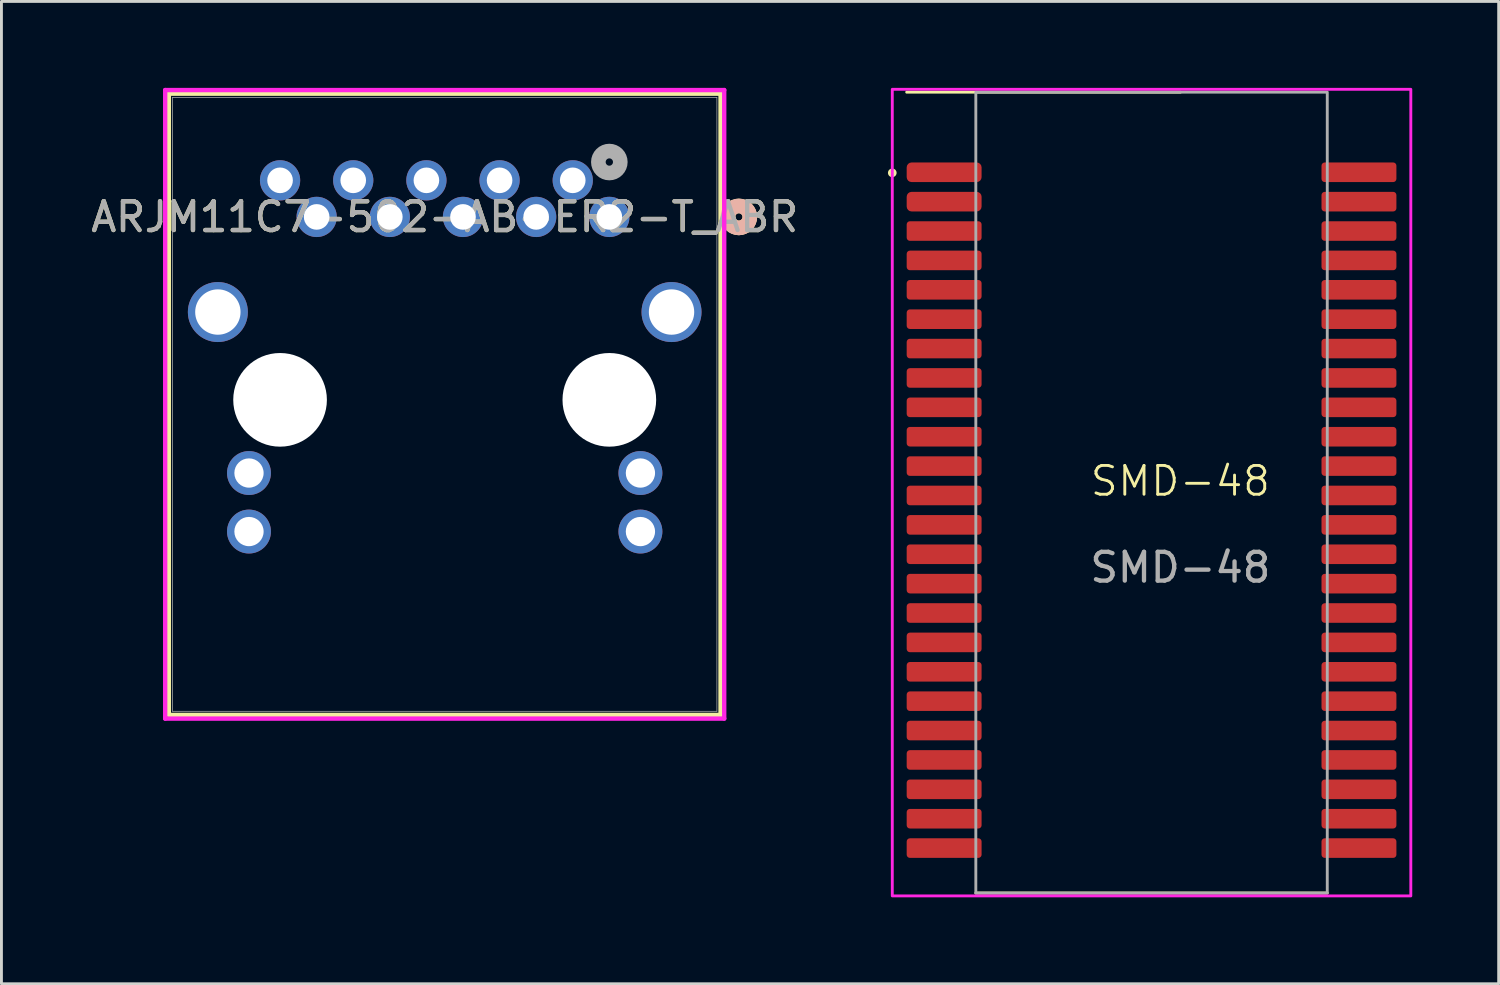
<source format=kicad_pcb>
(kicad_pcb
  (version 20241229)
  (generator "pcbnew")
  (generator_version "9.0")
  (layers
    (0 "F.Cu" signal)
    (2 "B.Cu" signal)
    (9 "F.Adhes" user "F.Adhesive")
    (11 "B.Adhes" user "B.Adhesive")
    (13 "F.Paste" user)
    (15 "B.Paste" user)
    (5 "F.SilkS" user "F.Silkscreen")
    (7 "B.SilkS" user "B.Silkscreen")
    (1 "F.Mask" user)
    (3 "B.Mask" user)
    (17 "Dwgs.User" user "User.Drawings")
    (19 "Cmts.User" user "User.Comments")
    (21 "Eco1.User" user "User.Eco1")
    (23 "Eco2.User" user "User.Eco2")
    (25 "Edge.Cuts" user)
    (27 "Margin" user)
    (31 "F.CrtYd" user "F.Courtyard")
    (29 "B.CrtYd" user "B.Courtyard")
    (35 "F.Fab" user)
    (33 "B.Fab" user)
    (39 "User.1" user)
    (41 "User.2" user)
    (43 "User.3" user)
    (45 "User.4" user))
  (footprint "SMD-48"
    (layer "F.Cu")
    (at 37.924 14.15)
    (property "Reference" "SMD-48" (at 0 -0.5 0) (unlocked yes) (layer "F.SilkS") (effects (font (size 1 1) (thickness 0.1))))
    (attr smd)
    (fp_line (start -9.5 -14) (end 0 -14) (stroke (width 0.1) (type default)) (layer "F.SilkS"))
    (fp_line (start -7.1 13.8) (end 5.1 13.8) (stroke (width 0.1) (type default)) (layer "F.SilkS"))
    (fp_circle (center -10 -11.2) (end -9.9 -11.2) (stroke (width 0.1) (type solid)) (fill yes) (layer "F.SilkS"))
    (fp_rect (start -10 -14.1) (end 8 13.9) (stroke (width 0.1) (type default)) (fill no) (layer "F.CrtYd"))
    (fp_rect (start -7.1 -14) (end 5.1 13.8) (stroke (width 0.1) (type default)) (fill no) (layer "F.Fab"))
    (fp_text user "${REFERENCE}" (at 0 2.5 0) (unlocked yes) (layer "F.Fab") (effects (font (size 1 1) (thickness 0.15))))
    (pad "1" smd roundrect (at -8.2 -11.22) (size 2.6 0.68) (layers "F.Cu" "F.Mask" "F.Paste") (roundrect_rratio 0.25))
    (pad "2" smd roundrect (at -8.2 -10.2) (size 2.6 0.68) (layers "F.Cu" "F.Mask" "F.Paste") (roundrect_rratio 0.25))
    (pad "3" smd roundrect (at -8.2 -9.18) (size 2.6 0.68) (layers "F.Cu" "F.Mask" "F.Paste") (roundrect_rratio 0.164))
    (pad "4" smd roundrect (at -8.2 -8.16) (size 2.6 0.68) (layers "F.Cu" "F.Mask" "F.Paste") (roundrect_rratio 0.164))
    (pad "5" smd roundrect (at -8.2 -7.14) (size 2.6 0.68) (layers "F.Cu" "F.Mask" "F.Paste") (roundrect_rratio 0.164))
    (pad "6" smd roundrect (at -8.2 -6.12) (size 2.6 0.68) (layers "F.Cu" "F.Mask" "F.Paste") (roundrect_rratio 0.164))
    (pad "7" smd roundrect (at -8.2 -5.1) (size 2.6 0.68) (layers "F.Cu" "F.Mask" "F.Paste") (roundrect_rratio 0.164))
    (pad "8" smd roundrect (at -8.2 -4.08) (size 2.6 0.68) (layers "F.Cu" "F.Mask" "F.Paste") (roundrect_rratio 0.164))
    (pad "9" smd roundrect (at -8.2 -3.06) (size 2.6 0.68) (layers "F.Cu" "F.Mask" "F.Paste") (roundrect_rratio 0.164))
    (pad "10" smd roundrect (at -8.2 -2.04) (size 2.6 0.68) (layers "F.Cu" "F.Mask" "F.Paste") (roundrect_rratio 0.164))
    (pad "11" smd roundrect (at -8.2 -1.02) (size 2.6 0.68) (layers "F.Cu" "F.Mask" "F.Paste") (roundrect_rratio 0.164))
    (pad "12" smd roundrect (at -8.2 0) (size 2.6 0.68) (layers "F.Cu" "F.Mask" "F.Paste") (roundrect_rratio 0.164))
    (pad "13" smd roundrect (at -8.2 1.02) (size 2.6 0.68) (layers "F.Cu" "F.Mask" "F.Paste") (roundrect_rratio 0.164))
    (pad "14" smd roundrect (at -8.2 2.04) (size 2.6 0.68) (layers "F.Cu" "F.Mask" "F.Paste") (roundrect_rratio 0.164))
    (pad "15" smd roundrect (at -8.2 3.06) (size 2.6 0.68) (layers "F.Cu" "F.Mask" "F.Paste") (roundrect_rratio 0.164))
    (pad "16" smd roundrect (at -8.2 4.08) (size 2.6 0.68) (layers "F.Cu" "F.Mask" "F.Paste") (roundrect_rratio 0.164))
    (pad "17" smd roundrect (at -8.2 5.1) (size 2.6 0.68) (layers "F.Cu" "F.Mask" "F.Paste") (roundrect_rratio 0.164))
    (pad "18" smd roundrect (at -8.2 6.12) (size 2.6 0.68) (layers "F.Cu" "F.Mask" "F.Paste") (roundrect_rratio 0.164))
    (pad "19" smd roundrect (at -8.2 7.14) (size 2.6 0.68) (layers "F.Cu" "F.Mask" "F.Paste") (roundrect_rratio 0.164))
    (pad "20" smd roundrect (at -8.2 8.16) (size 2.6 0.68) (layers "F.Cu" "F.Mask" "F.Paste") (roundrect_rratio 0.164))
    (pad "21" smd roundrect (at -8.2 9.18) (size 2.6 0.68) (layers "F.Cu" "F.Mask" "F.Paste") (roundrect_rratio 0.164))
    (pad "22" smd roundrect (at -8.2 10.2) (size 2.6 0.68) (layers "F.Cu" "F.Mask" "F.Paste") (roundrect_rratio 0.164))
    (pad "23" smd roundrect (at -8.2 11.22) (size 2.6 0.68) (layers "F.Cu" "F.Mask" "F.Paste") (roundrect_rratio 0.164))
    (pad "24" smd roundrect (at -8.2 12.24) (size 2.6 0.68) (layers "F.Cu" "F.Mask" "F.Paste") (roundrect_rratio 0.164))
    (pad "25" smd roundrect (at 6.2 12.24) (size 2.6 0.68) (layers "F.Cu" "F.Mask" "F.Paste") (roundrect_rratio 0.164))
    (pad "26" smd roundrect (at 6.2 11.22) (size 2.6 0.68) (layers "F.Cu" "F.Mask" "F.Paste") (roundrect_rratio 0.164))
    (pad "27" smd roundrect (at 6.2 10.2) (size 2.6 0.68) (layers "F.Cu" "F.Mask" "F.Paste") (roundrect_rratio 0.164))
    (pad "28" smd roundrect (at 6.2 9.18) (size 2.6 0.68) (layers "F.Cu" "F.Mask" "F.Paste") (roundrect_rratio 0.164))
    (pad "29" smd roundrect (at 6.2 8.16) (size 2.6 0.68) (layers "F.Cu" "F.Mask" "F.Paste") (roundrect_rratio 0.164))
    (pad "30" smd roundrect (at 6.2 7.14) (size 2.6 0.68) (layers "F.Cu" "F.Mask" "F.Paste") (roundrect_rratio 0.164))
    (pad "31" smd roundrect (at 6.2 6.12) (size 2.6 0.68) (layers "F.Cu" "F.Mask" "F.Paste") (roundrect_rratio 0.164))
    (pad "32" smd roundrect (at 6.2 5.1) (size 2.6 0.68) (layers "F.Cu" "F.Mask" "F.Paste") (roundrect_rratio 0.164))
    (pad "33" smd roundrect (at 6.2 4.08) (size 2.6 0.68) (layers "F.Cu" "F.Mask" "F.Paste") (roundrect_rratio 0.164))
    (pad "34" smd roundrect (at 6.2 3.06) (size 2.6 0.68) (layers "F.Cu" "F.Mask" "F.Paste") (roundrect_rratio 0.164))
    (pad "35" smd roundrect (at 6.2 2.04) (size 2.6 0.68) (layers "F.Cu" "F.Mask" "F.Paste") (roundrect_rratio 0.164))
    (pad "36" smd roundrect (at 6.2 1.02) (size 2.6 0.68) (layers "F.Cu" "F.Mask" "F.Paste") (roundrect_rratio 0.164))
    (pad "37" smd roundrect (at 6.2 0) (size 2.6 0.68) (layers "F.Cu" "F.Mask" "F.Paste") (roundrect_rratio 0.164))
    (pad "38" smd roundrect (at 6.2 -1.02) (size 2.6 0.68) (layers "F.Cu" "F.Mask" "F.Paste") (roundrect_rratio 0.164))
    (pad "39" smd roundrect (at 6.2 -2.04) (size 2.6 0.68) (layers "F.Cu" "F.Mask" "F.Paste") (roundrect_rratio 0.164))
    (pad "40" smd roundrect (at 6.2 -3.06) (size 2.6 0.68) (layers "F.Cu" "F.Mask" "F.Paste") (roundrect_rratio 0.164))
    (pad "41" smd roundrect (at 6.2 -4.08) (size 2.6 0.68) (layers "F.Cu" "F.Mask" "F.Paste") (roundrect_rratio 0.164))
    (pad "42" smd roundrect (at 6.2 -5.1) (size 2.6 0.68) (layers "F.Cu" "F.Mask" "F.Paste") (roundrect_rratio 0.164))
    (pad "43" smd roundrect (at 6.2 -6.12) (size 2.6 0.68) (layers "F.Cu" "F.Mask" "F.Paste") (roundrect_rratio 0.164))
    (pad "44" smd roundrect (at 6.2 -7.14) (size 2.6 0.68) (layers "F.Cu" "F.Mask" "F.Paste") (roundrect_rratio 0.164))
    (pad "45" smd roundrect (at 6.2 -8.16) (size 2.6 0.68) (layers "F.Cu" "F.Mask" "F.Paste") (roundrect_rratio 0.164))
    (pad "46" smd roundrect (at 6.2 -9.18) (size 2.6 0.68) (layers "F.Cu" "F.Mask" "F.Paste") (roundrect_rratio 0.164))
    (pad "47" smd roundrect (at 6.2 -10.2) (size 2.6 0.68) (layers "F.Cu" "F.Mask" "F.Paste") (roundrect_rratio 0.164))
    (pad "48" smd roundrect (at 6.2 -11.22) (size 2.6 0.68) (layers "F.Cu" "F.Mask" "F.Paste") (roundrect_rratio 0.164)))
  (footprint "ARJM11C7-502-AB-ER2-T_ABR"
    (layer "F.Cu")
    (at 18.102 4.48)
    (property "Reference" "ARJM11C7-502-AB-ER2-T_ABR" (at -5.715 0 0) (unlocked yes) (layer "F.SilkS") (effects (font (size 1 1) (thickness 0.15))))
    (attr through_hole)
    (fp_line (start -15.291 -4.277) (end -15.291 17.288) (stroke (width 0.152) (type solid)) (layer "F.SilkS"))
    (fp_line (start -15.291 17.288) (end 3.861 17.288) (stroke (width 0.152) (type solid)) (layer "F.SilkS"))
    (fp_line (start 3.861 -4.277) (end -15.291 -4.277) (stroke (width 0.152) (type solid)) (layer "F.SilkS"))
    (fp_line (start 3.861 17.288) (end 3.861 -4.277) (stroke (width 0.152) (type solid)) (layer "F.SilkS"))
    (fp_circle (center 4.496 0) (end 4.877 0) (stroke (width 0.508) (type solid)) (fill no) (layer "F.SilkS"))
    (fp_circle (center 4.496 0) (end 4.877 0) (stroke (width 0.508) (type solid)) (fill no) (layer "B.SilkS"))
    (fp_line (start -15.418 -4.404) (end -15.418 17.415) (stroke (width 0.152) (type solid)) (layer "F.CrtYd"))
    (fp_line (start -15.418 17.415) (end 3.988 17.415) (stroke (width 0.152) (type solid)) (layer "F.CrtYd"))
    (fp_line (start 3.988 -4.404) (end -15.418 -4.404) (stroke (width 0.152) (type solid)) (layer "F.CrtYd"))
    (fp_line (start 3.988 17.415) (end 3.988 -4.404) (stroke (width 0.152) (type solid)) (layer "F.CrtYd"))
    (fp_line (start -15.164 -4.15) (end -15.164 17.161) (stroke (width 0.025) (type solid)) (layer "F.Fab"))
    (fp_line (start -15.164 17.161) (end 3.734 17.161) (stroke (width 0.025) (type solid)) (layer "F.Fab"))
    (fp_line (start 3.734 -4.15) (end -15.164 -4.15) (stroke (width 0.025) (type solid)) (layer "F.Fab"))
    (fp_line (start 3.734 17.161) (end 3.734 -4.15) (stroke (width 0.025) (type solid)) (layer "F.Fab"))
    (fp_circle (center 0 -1.905) (end 0.381 -1.905) (stroke (width 0.508) (type solid)) (fill no) (layer "F.Fab"))
    (fp_text user "${REFERENCE}" (at -5.715 0 0) (unlocked yes) (layer "F.Fab") (effects (font (size 1 1) (thickness 0.15))))
    (pad "" np_thru_hole circle (at -11.43 6.35) (size 3.251 3.251) (drill 3.251) (layers "*.Cu" "*.Mask"))
    (pad "" np_thru_hole circle (at 0 6.35) (size 3.251 3.251) (drill 3.251) (layers "*.Cu" "*.Mask"))
    (pad "1" thru_hole circle (at 0 0) (size 1.397 1.397) (drill 0.889) (layers "*.Cu" "*.Mask"))
    (pad "2" thru_hole circle (at -1.27 -1.27) (size 1.397 1.397) (drill 0.889) (layers "*.Cu" "*.Mask"))
    (pad "3" thru_hole circle (at -2.54 0) (size 1.397 1.397) (drill 0.889) (layers "*.Cu" "*.Mask"))
    (pad "4" thru_hole circle (at -3.81 -1.27) (size 1.397 1.397) (drill 0.889) (layers "*.Cu" "*.Mask"))
    (pad "5" thru_hole circle (at -5.08 0) (size 1.397 1.397) (drill 0.889) (layers "*.Cu" "*.Mask"))
    (pad "6" thru_hole circle (at -6.35 -1.27) (size 1.397 1.397) (drill 0.889) (layers "*.Cu" "*.Mask"))
    (pad "7" thru_hole circle (at -7.62 0) (size 1.397 1.397) (drill 0.889) (layers "*.Cu" "*.Mask"))
    (pad "8" thru_hole circle (at -8.89 -1.27) (size 1.397 1.397) (drill 0.889) (layers "*.Cu" "*.Mask"))
    (pad "9" thru_hole circle (at -10.16 0) (size 1.397 1.397) (drill 0.889) (layers "*.Cu" "*.Mask"))
    (pad "10" thru_hole circle (at -11.43 -1.27) (size 1.397 1.397) (drill 0.889) (layers "*.Cu" "*.Mask"))
    (pad "11" thru_hole circle (at -12.509 8.89) (size 1.524 1.524) (drill 1.016) (layers "*.Cu" "*.Mask"))
    (pad "12" thru_hole circle (at -12.509 10.922) (size 1.524 1.524) (drill 1.016) (layers "*.Cu" "*.Mask"))
    (pad "13" thru_hole circle (at 1.079 8.89) (size 1.524 1.524) (drill 1.016) (layers "*.Cu" "*.Mask"))
    (pad "14" thru_hole circle (at 1.079 10.922) (size 1.524 1.524) (drill 1.016) (layers "*.Cu" "*.Mask"))
    (pad "15" thru_hole circle (at -13.589 3.302) (size 2.083 2.083) (drill 1.575) (layers "*.Cu" "*.Mask"))
    (pad "16" thru_hole circle (at 2.159 3.302) (size 2.083 2.083) (drill 1.575) (layers "*.Cu" "*.Mask")))
  (gr_rect
    (start -3 -3)
    (end 48.974 31.1)
    (stroke (width 0.1) (type default))
    (fill no)
    (layer "Edge.Cuts")))
</source>
